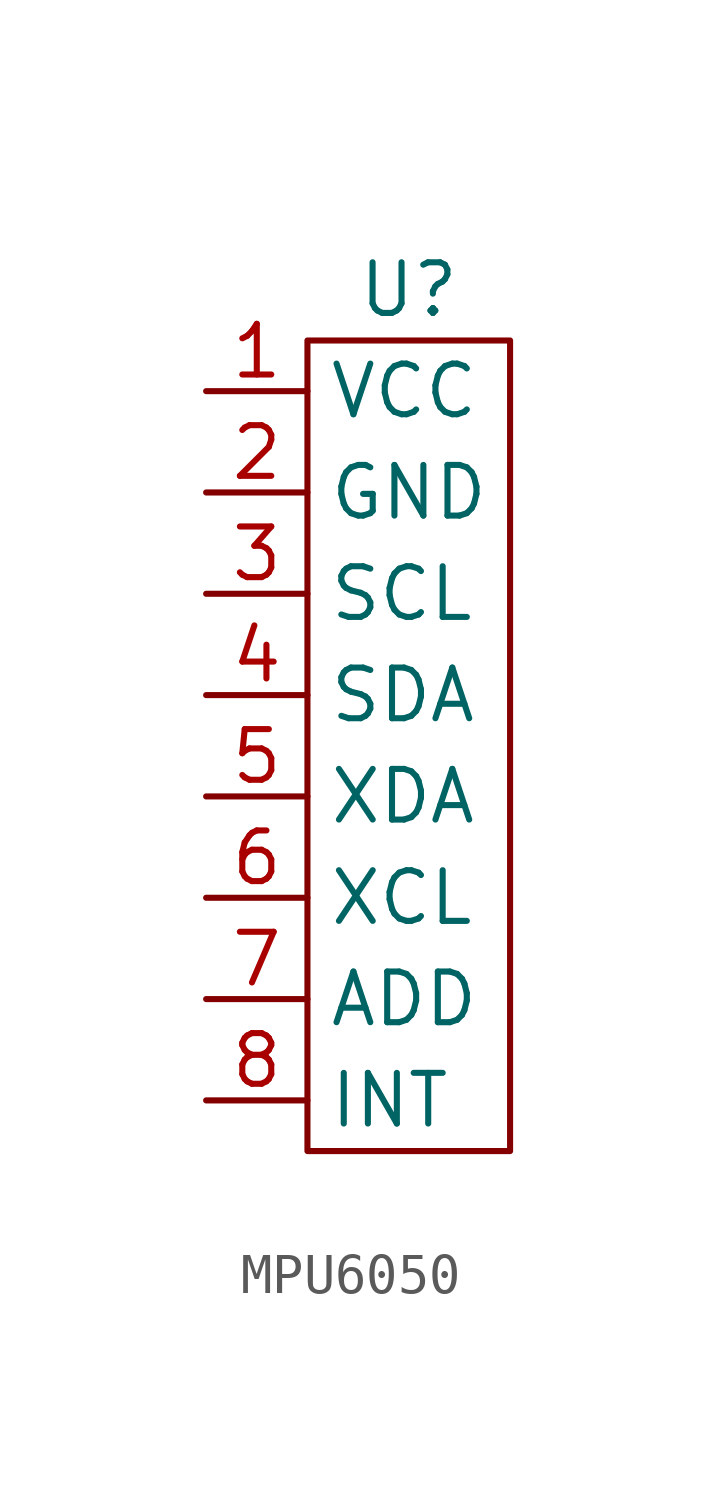
<source format=kicad_sym>
(kicad_symbol_lib
  (version 20220914)
  (generator kicad_symbol_editor)
  (symbol "MPU6050"
    (property "Reference" "U"
      (at 0 12.7 0)
      (effects (font (size 1.27 1.27))))
    (property "Value" ""
      (at 0 3.81 0)
      (effects (font (size 1.27 1.27))))
    (symbol "MPU6050_0_1"
      (polyline (pts (xy 2.54 11.43) (xy 2.54 -8.89) (xy -2.54 -8.89) (xy -2.54 11.43) (xy 2.54 11.43)) (stroke (width 0) (type default)) (fill (type none))))
    (symbol "MPU6050_1_1"
      (pin power_in line (at -5.08 10.16 0) (length 2.54) (name "VCC" (effects (font (size 1.27 1.27)))) (number "1" (effects (font (size 1.27 1.27)))))
      (pin output line (at -5.08 7.62 0) (length 2.54) (name "GND" (effects (font (size 1.27 1.27)))) (number "2" (effects (font (size 1.27 1.27)))))
      (pin bidirectional line (at -5.08 5.08 0) (length 2.54) (name "SCL" (effects (font (size 1.27 1.27)))) (number "3" (effects (font (size 1.27 1.27)))))
      (pin bidirectional line (at -5.08 2.54 0) (length 2.54) (name "SDA" (effects (font (size 1.27 1.27)))) (number "4" (effects (font (size 1.27 1.27)))))
      (pin passive line (at -5.08 0 0) (length 2.54) (name "XDA" (effects (font (size 1.27 1.27)))) (number "5" (effects (font (size 1.27 1.27)))))
      (pin passive line (at -5.08 -2.54 0) (length 2.54) (name "XCL" (effects (font (size 1.27 1.27)))) (number "6" (effects (font (size 1.27 1.27)))))
      (pin passive line (at -5.08 -5.08 0) (length 2.54) (name "ADD" (effects (font (size 1.27 1.27)))) (number "7" (effects (font (size 1.27 1.27)))))
      (pin passive line (at -5.08 -7.62 0) (length 2.54) (name "INT" (effects (font (size 1.27 1.27)))) (number "8" (effects (font (size 1.27 1.27))))))))
</source>
